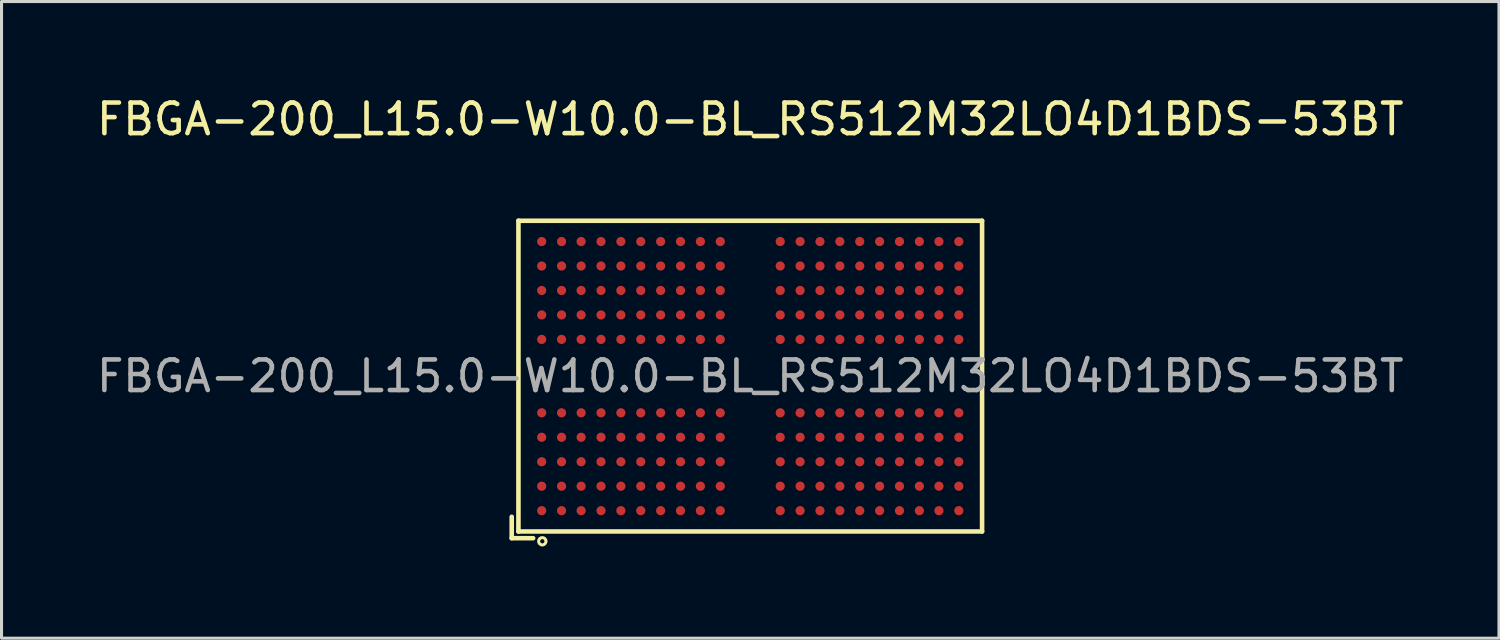
<source format=kicad_pcb>
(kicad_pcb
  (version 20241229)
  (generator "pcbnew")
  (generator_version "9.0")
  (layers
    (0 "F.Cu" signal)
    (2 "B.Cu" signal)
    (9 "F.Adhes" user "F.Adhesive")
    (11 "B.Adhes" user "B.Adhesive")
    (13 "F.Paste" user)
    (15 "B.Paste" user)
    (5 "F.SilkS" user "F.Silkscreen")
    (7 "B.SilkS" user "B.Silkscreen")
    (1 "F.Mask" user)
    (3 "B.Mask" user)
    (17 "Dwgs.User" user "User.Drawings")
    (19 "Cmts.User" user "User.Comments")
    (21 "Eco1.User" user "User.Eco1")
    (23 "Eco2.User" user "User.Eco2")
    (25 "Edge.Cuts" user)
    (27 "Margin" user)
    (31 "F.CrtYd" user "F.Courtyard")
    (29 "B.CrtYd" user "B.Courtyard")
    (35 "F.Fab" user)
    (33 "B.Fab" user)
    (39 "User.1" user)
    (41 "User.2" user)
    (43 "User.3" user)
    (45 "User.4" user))
  (footprint "FBGA-200_L15.0-W10.0-BL_RS512M32LO4D1BDS-53BT"
    (layer "F.Cu")
    (at 21.482 9.248)
    (property "Reference" "FBGA-200_L15.0-W10.0-BL_RS512M32LO4D1BDS-53BT" (at 0 -8.4 0) (layer "F.SilkS") (effects (font (size 1 1) (thickness 0.15))))
    (attr smd)
    (fp_line (start -7.8 4.6) (end -7.8 5.3) (stroke (width 0.15) (type solid)) (layer "F.SilkS"))
    (fp_line (start -7.8 5.3) (end -7.1 5.3) (stroke (width 0.15) (type solid)) (layer "F.SilkS"))
    (fp_line (start -7.58 -5.08) (end 7.58 -5.08) (stroke (width 0.15) (type solid)) (layer "F.SilkS"))
    (fp_line (start -7.58 5.08) (end -7.58 -5.08) (stroke (width 0.15) (type solid)) (layer "F.SilkS"))
    (fp_line (start 7.58 -5.08) (end 7.58 5.08) (stroke (width 0.15) (type solid)) (layer "F.SilkS"))
    (fp_line (start 7.58 5.08) (end -7.58 5.08) (stroke (width 0.15) (type solid)) (layer "F.SilkS"))
    (fp_circle (center -6.8 5.4) (end -6.68 5.4) (stroke (width 0.1) (type solid)) (fill no) (layer "F.SilkS"))
    (fp_text user "${REFERENCE}" (at 0 0 0) (layer "F.Fab") (effects (font (size 1 1) (thickness 0.15))))
    (pad "A1" smd circle (at -6.82 4.4) (size 0.3 0.3) (layers "F.Cu" "F.Mask" "F.Paste"))
    (pad "A2" smd circle (at -6.82 3.6) (size 0.3 0.3) (layers "F.Cu" "F.Mask" "F.Paste"))
    (pad "A3" smd circle (at -6.82 2.8) (size 0.3 0.3) (layers "F.Cu" "F.Mask" "F.Paste"))
    (pad "A4" smd circle (at -6.82 2) (size 0.3 0.3) (layers "F.Cu" "F.Mask" "F.Paste"))
    (pad "A5" smd circle (at -6.82 1.2) (size 0.3 0.3) (layers "F.Cu" "F.Mask" "F.Paste"))
    (pad "A8" smd circle (at -6.82 -1.2) (size 0.3 0.3) (layers "F.Cu" "F.Mask" "F.Paste"))
    (pad "A9" smd circle (at -6.82 -2) (size 0.3 0.3) (layers "F.Cu" "F.Mask" "F.Paste"))
    (pad "A10" smd circle (at -6.82 -2.8) (size 0.3 0.3) (layers "F.Cu" "F.Mask" "F.Paste"))
    (pad "A11" smd circle (at -6.82 -3.6) (size 0.3 0.3) (layers "F.Cu" "F.Mask" "F.Paste"))
    (pad "A12" smd circle (at -6.82 -4.4) (size 0.3 0.3) (layers "F.Cu" "F.Mask" "F.Paste"))
    (pad "AA1" smd circle (at 6.17 4.4) (size 0.3 0.3) (layers "F.Cu" "F.Mask" "F.Paste"))
    (pad "AA2" smd circle (at 6.17 3.6) (size 0.3 0.3) (layers "F.Cu" "F.Mask" "F.Paste"))
    (pad "AA3" smd circle (at 6.17 2.8) (size 0.3 0.3) (layers "F.Cu" "F.Mask" "F.Paste"))
    (pad "AA4" smd circle (at 6.17 2) (size 0.3 0.3) (layers "F.Cu" "F.Mask" "F.Paste"))
    (pad "AA5" smd circle (at 6.17 1.2) (size 0.3 0.3) (layers "F.Cu" "F.Mask" "F.Paste"))
    (pad "AA8" smd circle (at 6.17 -1.2) (size 0.3 0.3) (layers "F.Cu" "F.Mask" "F.Paste"))
    (pad "AA9" smd circle (at 6.17 -2) (size 0.3 0.3) (layers "F.Cu" "F.Mask" "F.Paste"))
    (pad "AA10" smd circle (at 6.17 -2.8) (size 0.3 0.3) (layers "F.Cu" "F.Mask" "F.Paste"))
    (pad "AA11" smd circle (at 6.17 -3.6) (size 0.3 0.3) (layers "F.Cu" "F.Mask" "F.Paste"))
    (pad "AA12" smd circle (at 6.17 -4.4) (size 0.3 0.3) (layers "F.Cu" "F.Mask" "F.Paste"))
    (pad "AB1" smd circle (at 6.82 4.4) (size 0.3 0.3) (layers "F.Cu" "F.Mask" "F.Paste"))
    (pad "AB2" smd circle (at 6.82 3.6) (size 0.3 0.3) (layers "F.Cu" "F.Mask" "F.Paste"))
    (pad "AB3" smd circle (at 6.82 2.8) (size 0.3 0.3) (layers "F.Cu" "F.Mask" "F.Paste"))
    (pad "AB4" smd circle (at 6.82 2) (size 0.3 0.3) (layers "F.Cu" "F.Mask" "F.Paste"))
    (pad "AB5" smd circle (at 6.82 1.2) (size 0.3 0.3) (layers "F.Cu" "F.Mask" "F.Paste"))
    (pad "AB8" smd circle (at 6.82 -1.2) (size 0.3 0.3) (layers "F.Cu" "F.Mask" "F.Paste"))
    (pad "AB9" smd circle (at 6.82 -2) (size 0.3 0.3) (layers "F.Cu" "F.Mask" "F.Paste"))
    (pad "AB10" smd circle (at 6.82 -2.8) (size 0.3 0.3) (layers "F.Cu" "F.Mask" "F.Paste"))
    (pad "AB11" smd circle (at 6.82 -3.6) (size 0.3 0.3) (layers "F.Cu" "F.Mask" "F.Paste"))
    (pad "AB12" smd circle (at 6.82 -4.4) (size 0.3 0.3) (layers "F.Cu" "F.Mask" "F.Paste"))
    (pad "B1" smd circle (at -6.17 4.4) (size 0.3 0.3) (layers "F.Cu" "F.Mask" "F.Paste"))
    (pad "B2" smd circle (at -6.17 3.6) (size 0.3 0.3) (layers "F.Cu" "F.Mask" "F.Paste"))
    (pad "B3" smd circle (at -6.17 2.8) (size 0.3 0.3) (layers "F.Cu" "F.Mask" "F.Paste"))
    (pad "B4" smd circle (at -6.17 2) (size 0.3 0.3) (layers "F.Cu" "F.Mask" "F.Paste"))
    (pad "B5" smd circle (at -6.17 1.2) (size 0.3 0.3) (layers "F.Cu" "F.Mask" "F.Paste"))
    (pad "B8" smd circle (at -6.17 -1.2) (size 0.3 0.3) (layers "F.Cu" "F.Mask" "F.Paste"))
    (pad "B9" smd circle (at -6.17 -2) (size 0.3 0.3) (layers "F.Cu" "F.Mask" "F.Paste"))
    (pad "B10" smd circle (at -6.17 -2.8) (size 0.3 0.3) (layers "F.Cu" "F.Mask" "F.Paste"))
    (pad "B11" smd circle (at -6.17 -3.6) (size 0.3 0.3) (layers "F.Cu" "F.Mask" "F.Paste"))
    (pad "B12" smd circle (at -6.17 -4.4) (size 0.3 0.3) (layers "F.Cu" "F.Mask" "F.Paste"))
    (pad "C1" smd circle (at -5.53 4.4) (size 0.3 0.3) (layers "F.Cu" "F.Mask" "F.Paste"))
    (pad "C2" smd circle (at -5.53 3.6) (size 0.3 0.3) (layers "F.Cu" "F.Mask" "F.Paste"))
    (pad "C3" smd circle (at -5.53 2.8) (size 0.3 0.3) (layers "F.Cu" "F.Mask" "F.Paste"))
    (pad "C4" smd circle (at -5.53 2) (size 0.3 0.3) (layers "F.Cu" "F.Mask" "F.Paste"))
    (pad "C5" smd circle (at -5.53 1.2) (size 0.3 0.3) (layers "F.Cu" "F.Mask" "F.Paste"))
    (pad "C8" smd circle (at -5.53 -1.2) (size 0.3 0.3) (layers "F.Cu" "F.Mask" "F.Paste"))
    (pad "C9" smd circle (at -5.53 -2) (size 0.3 0.3) (layers "F.Cu" "F.Mask" "F.Paste"))
    (pad "C10" smd circle (at -5.53 -2.8) (size 0.3 0.3) (layers "F.Cu" "F.Mask" "F.Paste"))
    (pad "C11" smd circle (at -5.53 -3.6) (size 0.3 0.3) (layers "F.Cu" "F.Mask" "F.Paste"))
    (pad "C12" smd circle (at -5.53 -4.4) (size 0.3 0.3) (layers "F.Cu" "F.Mask" "F.Paste"))
    (pad "D1" smd circle (at -4.88 4.4) (size 0.3 0.3) (layers "F.Cu" "F.Mask" "F.Paste"))
    (pad "D2" smd circle (at -4.88 3.6) (size 0.3 0.3) (layers "F.Cu" "F.Mask" "F.Paste"))
    (pad "D3" smd circle (at -4.88 2.8) (size 0.3 0.3) (layers "F.Cu" "F.Mask" "F.Paste"))
    (pad "D4" smd circle (at -4.88 2) (size 0.3 0.3) (layers "F.Cu" "F.Mask" "F.Paste"))
    (pad "D5" smd circle (at -4.88 1.2) (size 0.3 0.3) (layers "F.Cu" "F.Mask" "F.Paste"))
    (pad "D8" smd circle (at -4.88 -1.2) (size 0.3 0.3) (layers "F.Cu" "F.Mask" "F.Paste"))
    (pad "D9" smd circle (at -4.88 -2) (size 0.3 0.3) (layers "F.Cu" "F.Mask" "F.Paste"))
    (pad "D10" smd circle (at -4.88 -2.8) (size 0.3 0.3) (layers "F.Cu" "F.Mask" "F.Paste"))
    (pad "D11" smd circle (at -4.88 -3.6) (size 0.3 0.3) (layers "F.Cu" "F.Mask" "F.Paste"))
    (pad "D12" smd circle (at -4.88 -4.4) (size 0.3 0.3) (layers "F.Cu" "F.Mask" "F.Paste"))
    (pad "E1" smd circle (at -4.23 4.4) (size 0.3 0.3) (layers "F.Cu" "F.Mask" "F.Paste"))
    (pad "E2" smd circle (at -4.23 3.6) (size 0.3 0.3) (layers "F.Cu" "F.Mask" "F.Paste"))
    (pad "E3" smd circle (at -4.23 2.8) (size 0.3 0.3) (layers "F.Cu" "F.Mask" "F.Paste"))
    (pad "E4" smd circle (at -4.23 2) (size 0.3 0.3) (layers "F.Cu" "F.Mask" "F.Paste"))
    (pad "E5" smd circle (at -4.23 1.2) (size 0.3 0.3) (layers "F.Cu" "F.Mask" "F.Paste"))
    (pad "E8" smd circle (at -4.23 -1.2) (size 0.3 0.3) (layers "F.Cu" "F.Mask" "F.Paste"))
    (pad "E9" smd circle (at -4.23 -2) (size 0.3 0.3) (layers "F.Cu" "F.Mask" "F.Paste"))
    (pad "E10" smd circle (at -4.23 -2.8) (size 0.3 0.3) (layers "F.Cu" "F.Mask" "F.Paste"))
    (pad "E11" smd circle (at -4.23 -3.6) (size 0.3 0.3) (layers "F.Cu" "F.Mask" "F.Paste"))
    (pad "E12" smd circle (at -4.23 -4.4) (size 0.3 0.3) (layers "F.Cu" "F.Mask" "F.Paste"))
    (pad "F1" smd circle (at -3.58 4.4) (size 0.3 0.3) (layers "F.Cu" "F.Mask" "F.Paste"))
    (pad "F2" smd circle (at -3.58 3.6) (size 0.3 0.3) (layers "F.Cu" "F.Mask" "F.Paste"))
    (pad "F3" smd circle (at -3.58 2.8) (size 0.3 0.3) (layers "F.Cu" "F.Mask" "F.Paste"))
    (pad "F4" smd circle (at -3.58 2) (size 0.3 0.3) (layers "F.Cu" "F.Mask" "F.Paste"))
    (pad "F5" smd circle (at -3.58 1.2) (size 0.3 0.3) (layers "F.Cu" "F.Mask" "F.Paste"))
    (pad "F8" smd circle (at -3.58 -1.2) (size 0.3 0.3) (layers "F.Cu" "F.Mask" "F.Paste"))
    (pad "F9" smd circle (at -3.58 -2) (size 0.3 0.3) (layers "F.Cu" "F.Mask" "F.Paste"))
    (pad "F10" smd circle (at -3.58 -2.8) (size 0.3 0.3) (layers "F.Cu" "F.Mask" "F.Paste"))
    (pad "F11" smd circle (at -3.58 -3.6) (size 0.3 0.3) (layers "F.Cu" "F.Mask" "F.Paste"))
    (pad "F12" smd circle (at -3.58 -4.4) (size 0.3 0.3) (layers "F.Cu" "F.Mask" "F.Paste"))
    (pad "G1" smd circle (at -2.93 4.4) (size 0.3 0.3) (layers "F.Cu" "F.Mask" "F.Paste"))
    (pad "G2" smd circle (at -2.93 3.6) (size 0.3 0.3) (layers "F.Cu" "F.Mask" "F.Paste"))
    (pad "G3" smd circle (at -2.93 2.8) (size 0.3 0.3) (layers "F.Cu" "F.Mask" "F.Paste"))
    (pad "G4" smd circle (at -2.93 2) (size 0.3 0.3) (layers "F.Cu" "F.Mask" "F.Paste"))
    (pad "G5" smd circle (at -2.93 1.2) (size 0.3 0.3) (layers "F.Cu" "F.Mask" "F.Paste"))
    (pad "G8" smd circle (at -2.93 -1.2) (size 0.3 0.3) (layers "F.Cu" "F.Mask" "F.Paste"))
    (pad "G9" smd circle (at -2.93 -2) (size 0.3 0.3) (layers "F.Cu" "F.Mask" "F.Paste"))
    (pad "G10" smd circle (at -2.93 -2.8) (size 0.3 0.3) (layers "F.Cu" "F.Mask" "F.Paste"))
    (pad "G11" smd circle (at -2.93 -3.6) (size 0.3 0.3) (layers "F.Cu" "F.Mask" "F.Paste"))
    (pad "G12" smd circle (at -2.93 -4.4) (size 0.3 0.3) (layers "F.Cu" "F.Mask" "F.Paste"))
    (pad "H1" smd circle (at -2.28 4.4) (size 0.3 0.3) (layers "F.Cu" "F.Mask" "F.Paste"))
    (pad "H2" smd circle (at -2.28 3.6) (size 0.3 0.3) (layers "F.Cu" "F.Mask" "F.Paste"))
    (pad "H3" smd circle (at -2.28 2.8) (size 0.3 0.3) (layers "F.Cu" "F.Mask" "F.Paste"))
    (pad "H4" smd circle (at -2.28 2) (size 0.3 0.3) (layers "F.Cu" "F.Mask" "F.Paste"))
    (pad "H5" smd circle (at -2.28 1.2) (size 0.3 0.3) (layers "F.Cu" "F.Mask" "F.Paste"))
    (pad "H8" smd circle (at -2.28 -1.2) (size 0.3 0.3) (layers "F.Cu" "F.Mask" "F.Paste"))
    (pad "H9" smd circle (at -2.28 -2) (size 0.3 0.3) (layers "F.Cu" "F.Mask" "F.Paste"))
    (pad "H10" smd circle (at -2.28 -2.8) (size 0.3 0.3) (layers "F.Cu" "F.Mask" "F.Paste"))
    (pad "H11" smd circle (at -2.28 -3.6) (size 0.3 0.3) (layers "F.Cu" "F.Mask" "F.Paste"))
    (pad "H12" smd circle (at -2.28 -4.4) (size 0.3 0.3) (layers "F.Cu" "F.Mask" "F.Paste"))
    (pad "J1" smd circle (at -1.63 4.4) (size 0.3 0.3) (layers "F.Cu" "F.Mask" "F.Paste"))
    (pad "J2" smd circle (at -1.63 3.6) (size 0.3 0.3) (layers "F.Cu" "F.Mask" "F.Paste"))
    (pad "J3" smd circle (at -1.63 2.8) (size 0.3 0.3) (layers "F.Cu" "F.Mask" "F.Paste"))
    (pad "J4" smd circle (at -1.63 2) (size 0.3 0.3) (layers "F.Cu" "F.Mask" "F.Paste"))
    (pad "J5" smd circle (at -1.63 1.2) (size 0.3 0.3) (layers "F.Cu" "F.Mask" "F.Paste"))
    (pad "J8" smd circle (at -1.63 -1.2) (size 0.3 0.3) (layers "F.Cu" "F.Mask" "F.Paste"))
    (pad "J9" smd circle (at -1.63 -2) (size 0.3 0.3) (layers "F.Cu" "F.Mask" "F.Paste"))
    (pad "J10" smd circle (at -1.63 -2.8) (size 0.3 0.3) (layers "F.Cu" "F.Mask" "F.Paste"))
    (pad "J11" smd circle (at -1.63 -3.6) (size 0.3 0.3) (layers "F.Cu" "F.Mask" "F.Paste"))
    (pad "J12" smd circle (at -1.63 -4.4) (size 0.3 0.3) (layers "F.Cu" "F.Mask" "F.Paste"))
    (pad "K1" smd circle (at -0.98 4.4) (size 0.3 0.3) (layers "F.Cu" "F.Mask" "F.Paste"))
    (pad "K2" smd circle (at -0.98 3.6) (size 0.3 0.3) (layers "F.Cu" "F.Mask" "F.Paste"))
    (pad "K3" smd circle (at -0.98 2.8) (size 0.3 0.3) (layers "F.Cu" "F.Mask" "F.Paste"))
    (pad "K4" smd circle (at -0.98 2) (size 0.3 0.3) (layers "F.Cu" "F.Mask" "F.Paste"))
    (pad "K5" smd circle (at -0.98 1.2) (size 0.3 0.3) (layers "F.Cu" "F.Mask" "F.Paste"))
    (pad "K8" smd circle (at -0.98 -1.2) (size 0.3 0.3) (layers "F.Cu" "F.Mask" "F.Paste"))
    (pad "K9" smd circle (at -0.98 -2) (size 0.3 0.3) (layers "F.Cu" "F.Mask" "F.Paste"))
    (pad "K10" smd circle (at -0.98 -2.8) (size 0.3 0.3) (layers "F.Cu" "F.Mask" "F.Paste"))
    (pad "K11" smd circle (at -0.98 -3.6) (size 0.3 0.3) (layers "F.Cu" "F.Mask" "F.Paste"))
    (pad "K12" smd circle (at -0.98 -4.4) (size 0.3 0.3) (layers "F.Cu" "F.Mask" "F.Paste"))
    (pad "N1" smd circle (at 0.98 4.4) (size 0.3 0.3) (layers "F.Cu" "F.Mask" "F.Paste"))
    (pad "N2" smd circle (at 0.98 3.6) (size 0.3 0.3) (layers "F.Cu" "F.Mask" "F.Paste"))
    (pad "N3" smd circle (at 0.98 2.8) (size 0.3 0.3) (layers "F.Cu" "F.Mask" "F.Paste"))
    (pad "N4" smd circle (at 0.98 2) (size 0.3 0.3) (layers "F.Cu" "F.Mask" "F.Paste"))
    (pad "N5" smd circle (at 0.98 1.2) (size 0.3 0.3) (layers "F.Cu" "F.Mask" "F.Paste"))
    (pad "N8" smd circle (at 0.98 -1.2) (size 0.3 0.3) (layers "F.Cu" "F.Mask" "F.Paste"))
    (pad "N9" smd circle (at 0.98 -2) (size 0.3 0.3) (layers "F.Cu" "F.Mask" "F.Paste"))
    (pad "N10" smd circle (at 0.98 -2.8) (size 0.3 0.3) (layers "F.Cu" "F.Mask" "F.Paste"))
    (pad "N11" smd circle (at 0.98 -3.6) (size 0.3 0.3) (layers "F.Cu" "F.Mask" "F.Paste"))
    (pad "N12" smd circle (at 0.98 -4.4) (size 0.3 0.3) (layers "F.Cu" "F.Mask" "F.Paste"))
    (pad "P1" smd circle (at 1.63 4.4) (size 0.3 0.3) (layers "F.Cu" "F.Mask" "F.Paste"))
    (pad "P2" smd circle (at 1.63 3.6) (size 0.3 0.3) (layers "F.Cu" "F.Mask" "F.Paste"))
    (pad "P3" smd circle (at 1.63 2.8) (size 0.3 0.3) (layers "F.Cu" "F.Mask" "F.Paste"))
    (pad "P4" smd circle (at 1.63 2) (size 0.3 0.3) (layers "F.Cu" "F.Mask" "F.Paste"))
    (pad "P5" smd circle (at 1.63 1.2) (size 0.3 0.3) (layers "F.Cu" "F.Mask" "F.Paste"))
    (pad "P8" smd circle (at 1.63 -1.2) (size 0.3 0.3) (layers "F.Cu" "F.Mask" "F.Paste"))
    (pad "P9" smd circle (at 1.63 -2) (size 0.3 0.3) (layers "F.Cu" "F.Mask" "F.Paste"))
    (pad "P10" smd circle (at 1.63 -2.8) (size 0.3 0.3) (layers "F.Cu" "F.Mask" "F.Paste"))
    (pad "P11" smd circle (at 1.63 -3.6) (size 0.3 0.3) (layers "F.Cu" "F.Mask" "F.Paste"))
    (pad "P12" smd circle (at 1.63 -4.4) (size 0.3 0.3) (layers "F.Cu" "F.Mask" "F.Paste"))
    (pad "R1" smd circle (at 2.28 4.4) (size 0.3 0.3) (layers "F.Cu" "F.Mask" "F.Paste"))
    (pad "R2" smd circle (at 2.28 3.6) (size 0.3 0.3) (layers "F.Cu" "F.Mask" "F.Paste"))
    (pad "R3" smd circle (at 2.28 2.8) (size 0.3 0.3) (layers "F.Cu" "F.Mask" "F.Paste"))
    (pad "R4" smd circle (at 2.28 2) (size 0.3 0.3) (layers "F.Cu" "F.Mask" "F.Paste"))
    (pad "R5" smd circle (at 2.28 1.2) (size 0.3 0.3) (layers "F.Cu" "F.Mask" "F.Paste"))
    (pad "R8" smd circle (at 2.28 -1.2) (size 0.3 0.3) (layers "F.Cu" "F.Mask" "F.Paste"))
    (pad "R9" smd circle (at 2.28 -2) (size 0.3 0.3) (layers "F.Cu" "F.Mask" "F.Paste"))
    (pad "R10" smd circle (at 2.28 -2.8) (size 0.3 0.3) (layers "F.Cu" "F.Mask" "F.Paste"))
    (pad "R11" smd circle (at 2.28 -3.6) (size 0.3 0.3) (layers "F.Cu" "F.Mask" "F.Paste"))
    (pad "R12" smd circle (at 2.28 -4.4) (size 0.3 0.3) (layers "F.Cu" "F.Mask" "F.Paste"))
    (pad "T1" smd circle (at 2.93 4.4) (size 0.3 0.3) (layers "F.Cu" "F.Mask" "F.Paste"))
    (pad "T2" smd circle (at 2.93 3.6) (size 0.3 0.3) (layers "F.Cu" "F.Mask" "F.Paste"))
    (pad "T3" smd circle (at 2.93 2.8) (size 0.3 0.3) (layers "F.Cu" "F.Mask" "F.Paste"))
    (pad "T4" smd circle (at 2.93 2) (size 0.3 0.3) (layers "F.Cu" "F.Mask" "F.Paste"))
    (pad "T5" smd circle (at 2.93 1.2) (size 0.3 0.3) (layers "F.Cu" "F.Mask" "F.Paste"))
    (pad "T8" smd circle (at 2.93 -1.2) (size 0.3 0.3) (layers "F.Cu" "F.Mask" "F.Paste"))
    (pad "T9" smd circle (at 2.93 -2) (size 0.3 0.3) (layers "F.Cu" "F.Mask" "F.Paste"))
    (pad "T10" smd circle (at 2.93 -2.8) (size 0.3 0.3) (layers "F.Cu" "F.Mask" "F.Paste"))
    (pad "T11" smd circle (at 2.93 -3.6) (size 0.3 0.3) (layers "F.Cu" "F.Mask" "F.Paste"))
    (pad "T12" smd circle (at 2.93 -4.4) (size 0.3 0.3) (layers "F.Cu" "F.Mask" "F.Paste"))
    (pad "U1" smd circle (at 3.58 4.4) (size 0.3 0.3) (layers "F.Cu" "F.Mask" "F.Paste"))
    (pad "U2" smd circle (at 3.58 3.6) (size 0.3 0.3) (layers "F.Cu" "F.Mask" "F.Paste"))
    (pad "U3" smd circle (at 3.58 2.8) (size 0.3 0.3) (layers "F.Cu" "F.Mask" "F.Paste"))
    (pad "U4" smd circle (at 3.58 2) (size 0.3 0.3) (layers "F.Cu" "F.Mask" "F.Paste"))
    (pad "U5" smd circle (at 3.58 1.2) (size 0.3 0.3) (layers "F.Cu" "F.Mask" "F.Paste"))
    (pad "U8" smd circle (at 3.58 -1.2) (size 0.3 0.3) (layers "F.Cu" "F.Mask" "F.Paste"))
    (pad "U9" smd circle (at 3.58 -2) (size 0.3 0.3) (layers "F.Cu" "F.Mask" "F.Paste"))
    (pad "U10" smd circle (at 3.58 -2.8) (size 0.3 0.3) (layers "F.Cu" "F.Mask" "F.Paste"))
    (pad "U11" smd circle (at 3.58 -3.6) (size 0.3 0.3) (layers "F.Cu" "F.Mask" "F.Paste"))
    (pad "U12" smd circle (at 3.58 -4.4) (size 0.3 0.3) (layers "F.Cu" "F.Mask" "F.Paste"))
    (pad "V1" smd circle (at 4.23 4.4) (size 0.3 0.3) (layers "F.Cu" "F.Mask" "F.Paste"))
    (pad "V2" smd circle (at 4.23 3.6) (size 0.3 0.3) (layers "F.Cu" "F.Mask" "F.Paste"))
    (pad "V3" smd circle (at 4.23 2.8) (size 0.3 0.3) (layers "F.Cu" "F.Mask" "F.Paste"))
    (pad "V4" smd circle (at 4.23 2) (size 0.3 0.3) (layers "F.Cu" "F.Mask" "F.Paste"))
    (pad "V5" smd circle (at 4.23 1.2) (size 0.3 0.3) (layers "F.Cu" "F.Mask" "F.Paste"))
    (pad "V8" smd circle (at 4.23 -1.2) (size 0.3 0.3) (layers "F.Cu" "F.Mask" "F.Paste"))
    (pad "V9" smd circle (at 4.23 -2) (size 0.3 0.3) (layers "F.Cu" "F.Mask" "F.Paste"))
    (pad "V10" smd circle (at 4.23 -2.8) (size 0.3 0.3) (layers "F.Cu" "F.Mask" "F.Paste"))
    (pad "V11" smd circle (at 4.23 -3.6) (size 0.3 0.3) (layers "F.Cu" "F.Mask" "F.Paste"))
    (pad "V12" smd circle (at 4.23 -4.4) (size 0.3 0.3) (layers "F.Cu" "F.Mask" "F.Paste"))
    (pad "W1" smd circle (at 4.88 4.4) (size 0.3 0.3) (layers "F.Cu" "F.Mask" "F.Paste"))
    (pad "W2" smd circle (at 4.88 3.6) (size 0.3 0.3) (layers "F.Cu" "F.Mask" "F.Paste"))
    (pad "W3" smd circle (at 4.88 2.8) (size 0.3 0.3) (layers "F.Cu" "F.Mask" "F.Paste"))
    (pad "W4" smd circle (at 4.88 2) (size 0.3 0.3) (layers "F.Cu" "F.Mask" "F.Paste"))
    (pad "W5" smd circle (at 4.88 1.2) (size 0.3 0.3) (layers "F.Cu" "F.Mask" "F.Paste"))
    (pad "W8" smd circle (at 4.88 -1.2) (size 0.3 0.3) (layers "F.Cu" "F.Mask" "F.Paste"))
    (pad "W9" smd circle (at 4.88 -2) (size 0.3 0.3) (layers "F.Cu" "F.Mask" "F.Paste"))
    (pad "W10" smd circle (at 4.88 -2.8) (size 0.3 0.3) (layers "F.Cu" "F.Mask" "F.Paste"))
    (pad "W11" smd circle (at 4.88 -3.6) (size 0.3 0.3) (layers "F.Cu" "F.Mask" "F.Paste"))
    (pad "W12" smd circle (at 4.88 -4.4) (size 0.3 0.3) (layers "F.Cu" "F.Mask" "F.Paste"))
    (pad "Y1" smd circle (at 5.53 4.4) (size 0.3 0.3) (layers "F.Cu" "F.Mask" "F.Paste"))
    (pad "Y2" smd circle (at 5.53 3.6) (size 0.3 0.3) (layers "F.Cu" "F.Mask" "F.Paste"))
    (pad "Y3" smd circle (at 5.53 2.8) (size 0.3 0.3) (layers "F.Cu" "F.Mask" "F.Paste"))
    (pad "Y4" smd circle (at 5.53 2) (size 0.3 0.3) (layers "F.Cu" "F.Mask" "F.Paste"))
    (pad "Y5" smd circle (at 5.53 1.2) (size 0.3 0.3) (layers "F.Cu" "F.Mask" "F.Paste"))
    (pad "Y8" smd circle (at 5.53 -1.2) (size 0.3 0.3) (layers "F.Cu" "F.Mask" "F.Paste"))
    (pad "Y9" smd circle (at 5.53 -2) (size 0.3 0.3) (layers "F.Cu" "F.Mask" "F.Paste"))
    (pad "Y10" smd circle (at 5.53 -2.8) (size 0.3 0.3) (layers "F.Cu" "F.Mask" "F.Paste"))
    (pad "Y11" smd circle (at 5.53 -3.6) (size 0.3 0.3) (layers "F.Cu" "F.Mask" "F.Paste"))
    (pad "Y12" smd circle (at 5.53 -4.4) (size 0.3 0.3) (layers "F.Cu" "F.Mask" "F.Paste")))
  (gr_rect
    (start -3 -3)
    (end 45.964 17.818)
    (stroke (width 0.1) (type default))
    (fill no)
    (layer "Edge.Cuts")))
</source>
